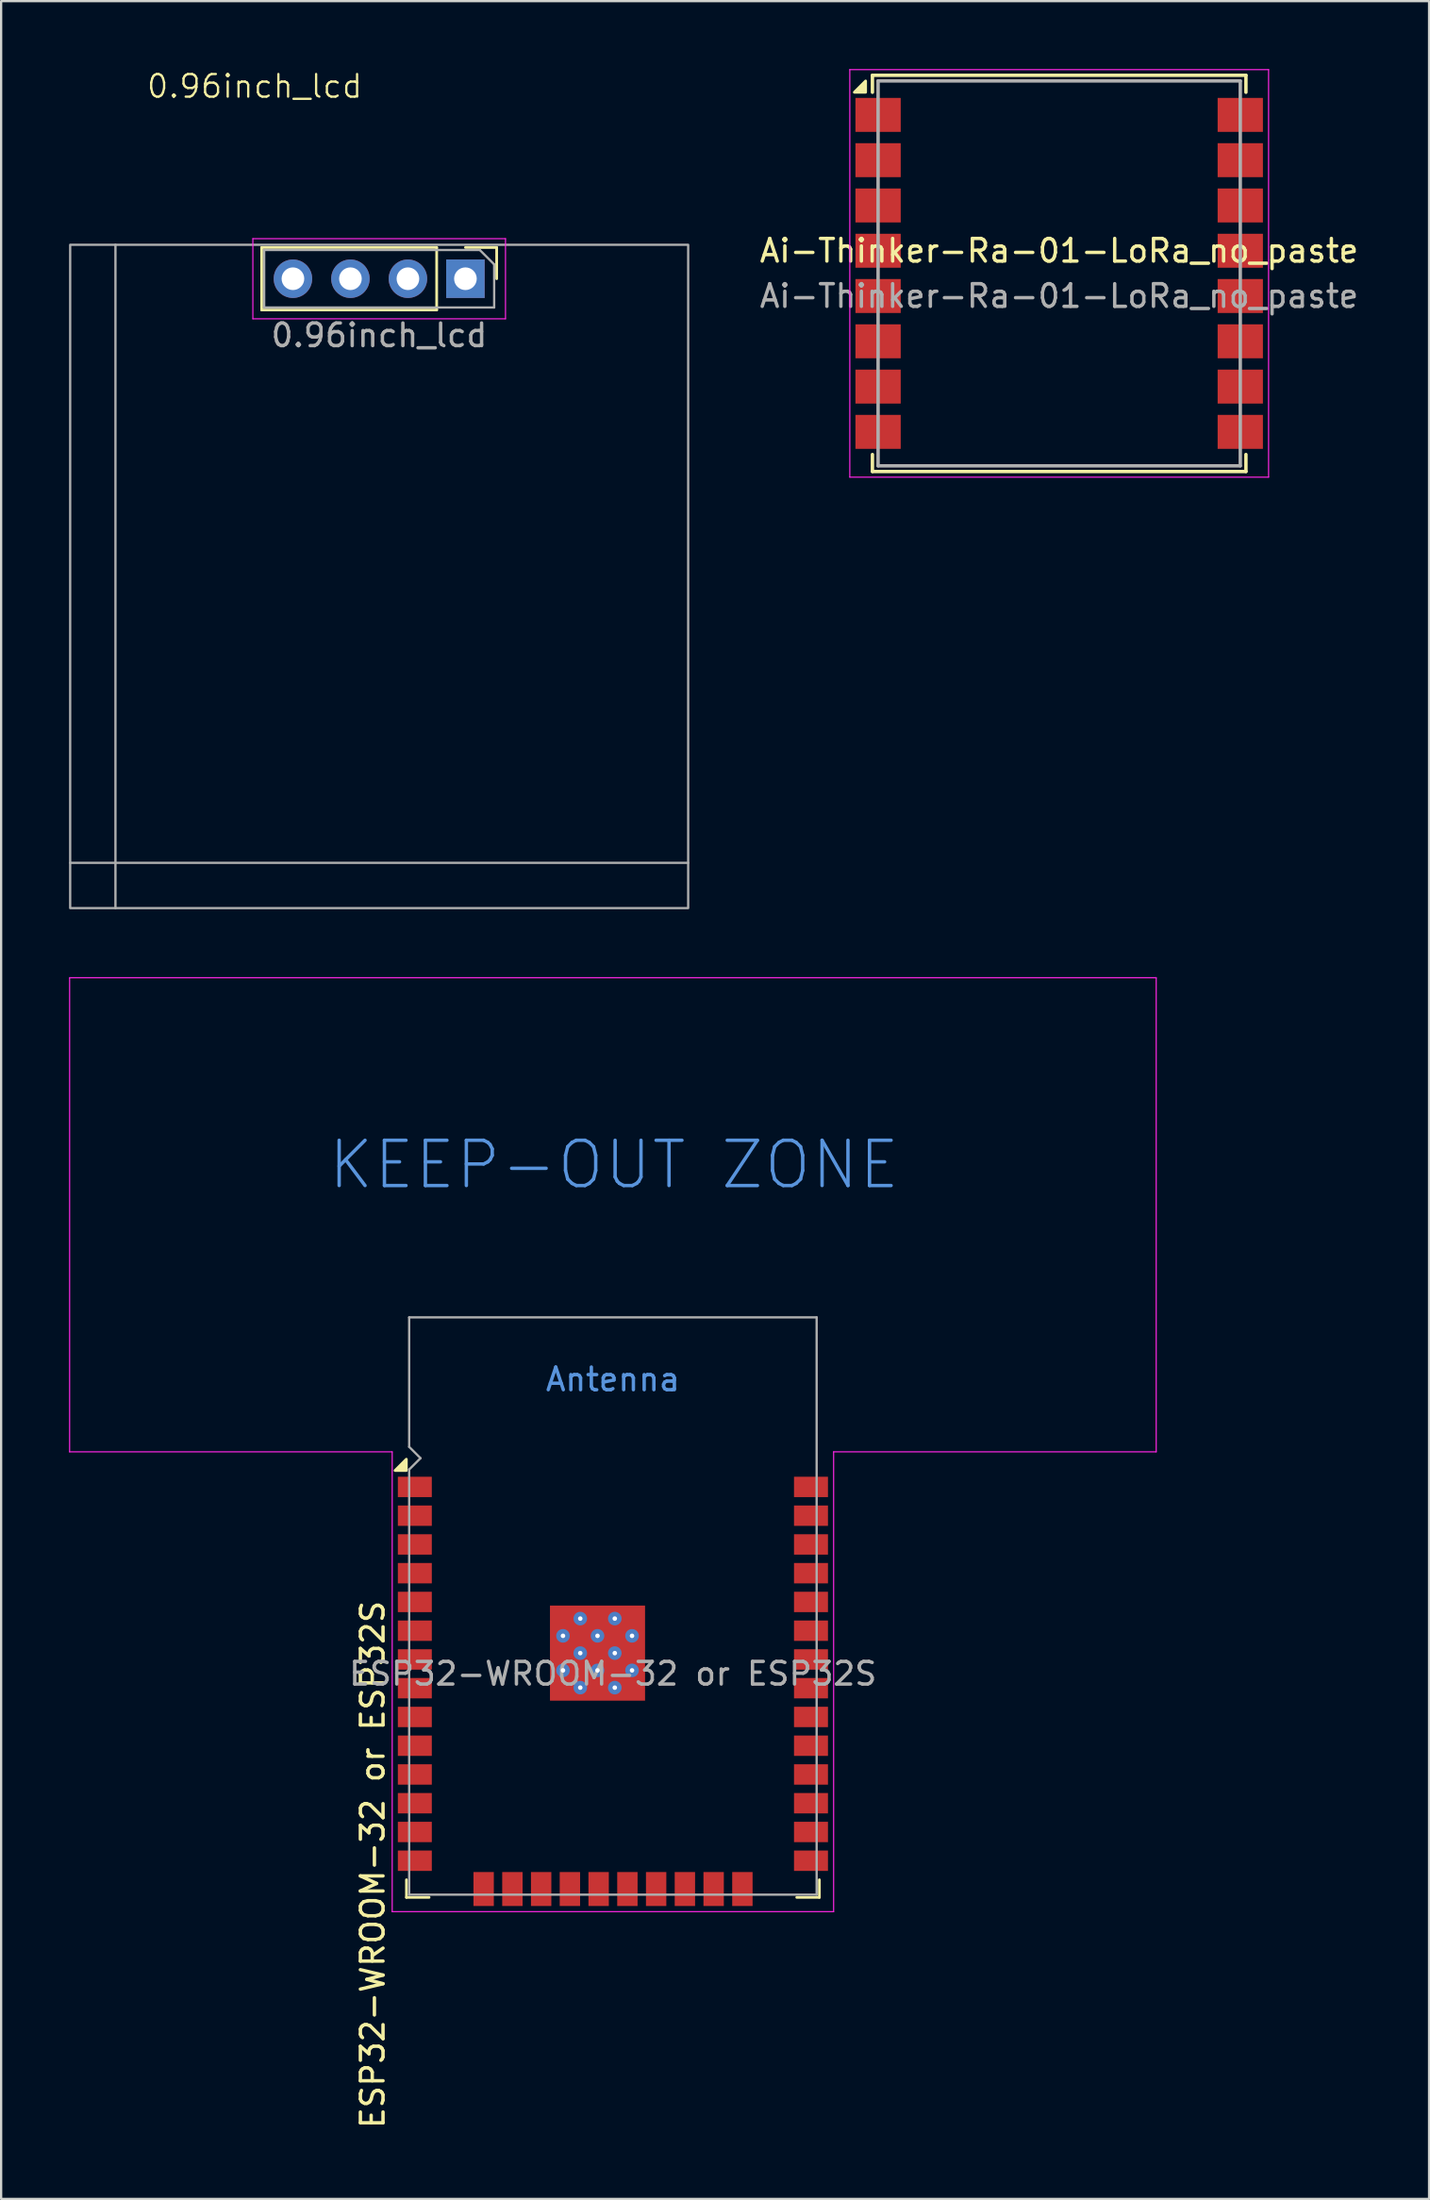
<source format=kicad_pcb>
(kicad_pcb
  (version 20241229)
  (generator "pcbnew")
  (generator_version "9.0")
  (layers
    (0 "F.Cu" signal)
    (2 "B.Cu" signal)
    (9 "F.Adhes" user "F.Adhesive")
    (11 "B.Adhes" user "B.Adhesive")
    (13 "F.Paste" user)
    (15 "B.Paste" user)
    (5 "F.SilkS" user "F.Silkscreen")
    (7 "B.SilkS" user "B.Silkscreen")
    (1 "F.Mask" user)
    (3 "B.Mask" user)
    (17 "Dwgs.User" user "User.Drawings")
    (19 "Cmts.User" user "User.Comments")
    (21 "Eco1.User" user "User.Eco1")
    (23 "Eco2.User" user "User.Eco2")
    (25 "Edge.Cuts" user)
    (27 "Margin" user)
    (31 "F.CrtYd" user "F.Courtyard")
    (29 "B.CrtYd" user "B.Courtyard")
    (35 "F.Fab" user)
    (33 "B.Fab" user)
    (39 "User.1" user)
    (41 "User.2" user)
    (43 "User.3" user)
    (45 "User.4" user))
  (footprint "Ai-Thinker-Ra-01-LoRa_no_paste"
    (layer "F.Cu")
    (at 43.739 9.025)
    (property "Reference" "Ai-Thinker-Ra-01-LoRa_no_paste" (at 0 -1 0) (layer "F.SilkS") (effects (font (size 1 1) (thickness 0.15))))
    (attr smd)
    (fp_line (start -8.25 -8.75) (end 8.25 -8.75) (stroke (width 0.15) (type solid)) (layer "F.SilkS"))
    (fp_line (start -8.25 -8) (end -8.25 -8.75) (stroke (width 0.15) (type solid)) (layer "F.SilkS"))
    (fp_line (start -8.25 8) (end -8.25 8.75) (stroke (width 0.15) (type solid)) (layer "F.SilkS"))
    (fp_line (start -8.25 8.75) (end 8.25 8.75) (stroke (width 0.15) (type solid)) (layer "F.SilkS"))
    (fp_line (start 8.25 -8.75) (end 8.25 -8) (stroke (width 0.15) (type solid)) (layer "F.SilkS"))
    (fp_line (start 8.25 8.75) (end 8.25 8) (stroke (width 0.15) (type solid)) (layer "F.SilkS"))
    (fp_poly (pts (xy -8.55 -8) (xy -9.05 -8) (xy -8.55 -8.5) (xy -8.55 -8)) (stroke (width 0.12) (type solid)) (fill yes) (layer "F.SilkS"))
    (fp_line (start -9.25 -9) (end 9.25 -9) (stroke (width 0.05) (type solid)) (layer "F.CrtYd"))
    (fp_line (start -9.25 9) (end -9.25 -9) (stroke (width 0.05) (type solid)) (layer "F.CrtYd"))
    (fp_line (start 9.25 -9) (end 9.25 9) (stroke (width 0.05) (type solid)) (layer "F.CrtYd"))
    (fp_line (start 9.25 9) (end -9.25 9) (stroke (width 0.05) (type solid)) (layer "F.CrtYd"))
    (fp_line (start -8 -8.5) (end 8 -8.5) (stroke (width 0.15) (type solid)) (layer "F.Fab"))
    (fp_line (start -8 8.5) (end -8 -8.5) (stroke (width 0.15) (type solid)) (layer "F.Fab"))
    (fp_line (start 8 -8.5) (end 8 8.5) (stroke (width 0.15) (type solid)) (layer "F.Fab"))
    (fp_line (start 8 8.5) (end -8 8.5) (stroke (width 0.15) (type solid)) (layer "F.Fab"))
    (fp_text user "${REFERENCE}" (at 0 1 0) (layer "F.Fab") (effects (font (size 1 1) (thickness 0.15))))
    (pad "1" smd rect (at -8 -7) (size 2 1.5) (layers "F.Cu" "F.Mask"))
    (pad "2" smd rect (at -8 -5) (size 2 1.5) (layers "F.Cu" "F.Mask"))
    (pad "3" smd rect (at -8 -3) (size 2 1.5) (layers "F.Cu" "F.Mask"))
    (pad "4" smd rect (at -8 -1) (size 2 1.5) (layers "F.Cu" "F.Mask"))
    (pad "5" smd rect (at -8 1) (size 2 1.5) (layers "F.Cu" "F.Mask"))
    (pad "6" smd rect (at -8 3) (size 2 1.5) (layers "F.Cu" "F.Mask"))
    (pad "7" smd rect (at -8 5) (size 2 1.5) (layers "F.Cu" "F.Mask"))
    (pad "8" smd rect (at -8 7) (size 2 1.5) (layers "F.Cu" "F.Mask"))
    (pad "9" smd rect (at 8 7) (size 2 1.5) (layers "F.Cu" "F.Mask"))
    (pad "10" smd rect (at 8 5) (size 2 1.5) (layers "F.Cu" "F.Mask"))
    (pad "11" smd rect (at 8 3) (size 2 1.5) (layers "F.Cu" "F.Mask"))
    (pad "12" smd rect (at 8 1) (size 2 1.5) (layers "F.Cu" "F.Mask"))
    (pad "13" smd rect (at 8 -1) (size 2 1.5) (layers "F.Cu" "F.Mask"))
    (pad "14" smd rect (at 8 -3) (size 2 1.5) (layers "F.Cu" "F.Mask"))
    (pad "15" smd rect (at 8 -5) (size 2 1.5) (layers "F.Cu" "F.Mask"))
    (pad "16" smd rect (at 8 -7) (size 2 1.5) (layers "F.Cu" "F.Mask")))
  (footprint "0.96inch_lcd"
    (layer "F.Cu")
    (at 13.7 9.261)
    (property "Reference" "0.96inch_lcd" (at -5.5 -8.5 0) (unlocked yes) (layer "F.SilkS") (effects (font (size 1 1) (thickness 0.1))))
    (attr smd)
    (fp_line (start -5.19 -1.38) (end -5.19 1.38) (stroke (width 0.12) (type solid)) (layer "F.SilkS"))
    (fp_line (start 2.54 -1.38) (end -5.19 -1.38) (stroke (width 0.12) (type solid)) (layer "F.SilkS"))
    (fp_line (start 2.54 -1.38) (end 2.54 1.38) (stroke (width 0.12) (type solid)) (layer "F.SilkS"))
    (fp_line (start 2.54 1.38) (end -5.19 1.38) (stroke (width 0.12) (type solid)) (layer "F.SilkS"))
    (fp_line (start 3.81 -1.38) (end 5.19 -1.38) (stroke (width 0.12) (type solid)) (layer "F.SilkS"))
    (fp_line (start 5.19 -1.38) (end 5.19 0) (stroke (width 0.12) (type solid)) (layer "F.SilkS"))
    (fp_line (start -5.58 -1.77) (end -5.58 1.77) (stroke (width 0.05) (type solid)) (layer "F.CrtYd"))
    (fp_line (start -5.58 1.77) (end 5.58 1.77) (stroke (width 0.05) (type solid)) (layer "F.CrtYd"))
    (fp_line (start 5.58 -1.77) (end -5.58 -1.77) (stroke (width 0.05) (type solid)) (layer "F.CrtYd"))
    (fp_line (start 5.58 1.77) (end 5.58 -1.77) (stroke (width 0.05) (type solid)) (layer "F.CrtYd"))
    (fp_line (start -13.65 25.8) (end 13.65 25.8) (stroke (width 0.1) (type default)) (layer "F.Fab"))
    (fp_line (start -11.65 27.8) (end -11.65 -1.5) (stroke (width 0.1) (type default)) (layer "F.Fab"))
    (fp_line (start -5.08 -1.27) (end 4.445 -1.27) (stroke (width 0.1) (type solid)) (layer "F.Fab"))
    (fp_line (start -5.08 1.27) (end -5.08 -1.27) (stroke (width 0.1) (type solid)) (layer "F.Fab"))
    (fp_line (start 4.445 -1.27) (end 5.08 -0.635) (stroke (width 0.1) (type solid)) (layer "F.Fab"))
    (fp_line (start 5.08 -0.635) (end 5.08 1.27) (stroke (width 0.1) (type solid)) (layer "F.Fab"))
    (fp_line (start 5.08 1.27) (end -5.08 1.27) (stroke (width 0.1) (type solid)) (layer "F.Fab"))
    (fp_rect (start -13.65 -1.5) (end 13.65 27.8) (stroke (width 0.1) (type solid)) (fill no) (layer "F.Fab"))
    (fp_text user "${REFERENCE}" (at 0 2.5 0) (unlocked yes) (layer "F.Fab") (effects (font (size 1 1) (thickness 0.15))))
    (pad "1" thru_hole rect (at 3.81 0 270) (size 1.7 1.7) (drill 1) (layers "*.Cu" "*.Mask"))
    (pad "2" thru_hole circle (at 1.27 0 270) (size 1.7 1.7) (drill 1) (layers "*.Cu" "*.Mask"))
    (pad "3" thru_hole circle (at -1.27 0 270) (size 1.7 1.7) (drill 1) (layers "*.Cu" "*.Mask"))
    (pad "4" thru_hole circle (at -3.81 0 270) (size 1.7 1.7) (drill 1) (layers "*.Cu" "*.Mask")))
  (footprint "ESP32-WROOM-32 or ESP32S"
    (layer "F.Cu")
    (at 24.025 70.876)
    (property "Reference" "ESP32-WROOM-32 or ESP32S" (at -10.61 8.43 90) (layer "F.SilkS") (effects (font (size 1 1) (thickness 0.15))))
    (attr smd)
    (fp_line (start -9.12 9.1) (end -9.12 9.88) (stroke (width 0.12) (type solid)) (layer "F.SilkS"))
    (fp_line (start -9.12 9.88) (end -8.12 9.88) (stroke (width 0.12) (type solid)) (layer "F.SilkS"))
    (fp_line (start 9.12 9.1) (end 9.12 9.88) (stroke (width 0.12) (type solid)) (layer "F.SilkS"))
    (fp_line (start 9.12 9.88) (end 8.12 9.88) (stroke (width 0.12) (type solid)) (layer "F.SilkS"))
    (fp_poly (pts (xy -9.125 -8.975) (xy -9.625 -8.975) (xy -9.125 -9.475) (xy -9.125 -8.975)) (stroke (width 0.12) (type solid)) (fill yes) (layer "F.SilkS"))
    (fp_line (start -24 -30.74) (end -24 -9.8) (stroke (width 0.05) (type solid)) (layer "F.CrtYd"))
    (fp_line (start -24 -9.8) (end -9.75 -9.8) (stroke (width 0.05) (type solid)) (layer "F.CrtYd"))
    (fp_line (start -9.75 10.51) (end -9.75 -9.8) (stroke (width 0.05) (type solid)) (layer "F.CrtYd"))
    (fp_line (start -9.75 10.51) (end 9.75 10.51) (stroke (width 0.05) (type solid)) (layer "F.CrtYd"))
    (fp_line (start 9.75 -9.8) (end 9.75 10.51) (stroke (width 0.05) (type solid)) (layer "F.CrtYd"))
    (fp_line (start 9.75 -9.8) (end 24 -9.8) (stroke (width 0.05) (type solid)) (layer "F.CrtYd"))
    (fp_line (start 24 -30.74) (end -24 -30.74) (stroke (width 0.05) (type solid)) (layer "F.CrtYd"))
    (fp_line (start 24 -9.8) (end 24 -30.74) (stroke (width 0.05) (type solid)) (layer "F.CrtYd"))
    (fp_line (start -9 -15.74) (end -9 -10.02) (stroke (width 0.1) (type solid)) (layer "F.Fab"))
    (fp_line (start -9 -15.74) (end 9 -15.74) (stroke (width 0.1) (type solid)) (layer "F.Fab"))
    (fp_line (start -9 -9.02) (end -9 9.76) (stroke (width 0.1) (type solid)) (layer "F.Fab"))
    (fp_line (start -9 -9.02) (end -8.5 -9.52) (stroke (width 0.1) (type solid)) (layer "F.Fab"))
    (fp_line (start -9 9.76) (end 9 9.76) (stroke (width 0.1) (type solid)) (layer "F.Fab"))
    (fp_line (start -8.5 -9.52) (end -9 -10.02) (stroke (width 0.1) (type solid)) (layer "F.Fab"))
    (fp_line (start 9 9.76) (end 9 -15.74) (stroke (width 0.1) (type solid)) (layer "F.Fab"))
    (fp_text user "KEEP-OUT ZONE" (at 0.05 -22.48 0) (layer "Cmts.User") (effects (font (size 2 2) (thickness 0.15))))
    (fp_text user "Antenna" (at 0 -13 0) (layer "Cmts.User") (effects (font (size 1 1) (thickness 0.15))))
    (fp_text user "${REFERENCE}" (at 0 0 0) (layer "F.Fab") (effects (font (size 1 1) (thickness 0.15))))
    (pad "1" smd rect (at -8.75 -8.25) (size 1.5 0.9) (layers "F.Cu" "F.Mask" "F.Paste"))
    (pad "2" smd rect (at -8.75 -6.98) (size 1.5 0.9) (layers "F.Cu" "F.Mask" "F.Paste"))
    (pad "3" smd rect (at -8.75 -5.71) (size 1.5 0.9) (layers "F.Cu" "F.Mask" "F.Paste"))
    (pad "4" smd rect (at -8.75 -4.44) (size 1.5 0.9) (layers "F.Cu" "F.Mask" "F.Paste"))
    (pad "5" smd rect (at -8.75 -3.17) (size 1.5 0.9) (layers "F.Cu" "F.Mask" "F.Paste"))
    (pad "6" smd rect (at -8.75 -1.9) (size 1.5 0.9) (layers "F.Cu" "F.Mask" "F.Paste"))
    (pad "7" smd rect (at -8.75 -0.63) (size 1.5 0.9) (layers "F.Cu" "F.Mask" "F.Paste"))
    (pad "8" smd rect (at -8.75 0.64) (size 1.5 0.9) (layers "F.Cu" "F.Mask" "F.Paste"))
    (pad "9" smd rect (at -8.75 1.91) (size 1.5 0.9) (layers "F.Cu" "F.Mask" "F.Paste"))
    (pad "10" smd rect (at -8.75 3.18) (size 1.5 0.9) (layers "F.Cu" "F.Mask" "F.Paste"))
    (pad "11" smd rect (at -8.75 4.45) (size 1.5 0.9) (layers "F.Cu" "F.Mask" "F.Paste"))
    (pad "12" smd rect (at -8.75 5.72) (size 1.5 0.9) (layers "F.Cu" "F.Mask" "F.Paste"))
    (pad "13" smd rect (at -8.75 6.99) (size 1.5 0.9) (layers "F.Cu" "F.Mask" "F.Paste"))
    (pad "14" smd rect (at -8.75 8.26) (size 1.5 0.9) (layers "F.Cu" "F.Mask" "F.Paste"))
    (pad "15" smd rect (at -5.71 9.51 90) (size 1.5 0.9) (layers "F.Cu" "F.Mask" "F.Paste"))
    (pad "16" smd rect (at -4.44 9.51 90) (size 1.5 0.9) (layers "F.Cu" "F.Mask" "F.Paste"))
    (pad "17" smd rect (at -3.17 9.51 90) (size 1.5 0.9) (layers "F.Cu" "F.Mask" "F.Paste"))
    (pad "18" smd rect (at -1.9 9.51 90) (size 1.5 0.9) (layers "F.Cu" "F.Mask" "F.Paste"))
    (pad "19" smd rect (at -0.63 9.51 90) (size 1.5 0.9) (layers "F.Cu" "F.Mask" "F.Paste"))
    (pad "20" smd rect (at 0.64 9.51 90) (size 1.5 0.9) (layers "F.Cu" "F.Mask" "F.Paste"))
    (pad "21" smd rect (at 1.91 9.51 90) (size 1.5 0.9) (layers "F.Cu" "F.Mask" "F.Paste"))
    (pad "22" smd rect (at 3.18 9.51 90) (size 1.5 0.9) (layers "F.Cu" "F.Mask" "F.Paste"))
    (pad "23" smd rect (at 4.45 9.51 90) (size 1.5 0.9) (layers "F.Cu" "F.Mask" "F.Paste"))
    (pad "24" smd rect (at 5.72 9.51 90) (size 1.5 0.9) (layers "F.Cu" "F.Mask" "F.Paste"))
    (pad "25" smd rect (at 8.75 8.26) (size 1.5 0.9) (layers "F.Cu" "F.Mask" "F.Paste"))
    (pad "26" smd rect (at 8.75 6.99) (size 1.5 0.9) (layers "F.Cu" "F.Mask" "F.Paste"))
    (pad "27" smd rect (at 8.75 5.72) (size 1.5 0.9) (layers "F.Cu" "F.Mask" "F.Paste"))
    (pad "28" smd rect (at 8.75 4.45) (size 1.5 0.9) (layers "F.Cu" "F.Mask" "F.Paste"))
    (pad "29" smd rect (at 8.75 3.18) (size 1.5 0.9) (layers "F.Cu" "F.Mask" "F.Paste"))
    (pad "30" smd rect (at 8.75 1.91) (size 1.5 0.9) (layers "F.Cu" "F.Mask" "F.Paste"))
    (pad "31" smd rect (at 8.75 0.64) (size 1.5 0.9) (layers "F.Cu" "F.Mask" "F.Paste"))
    (pad "32" smd rect (at 8.75 -0.63) (size 1.5 0.9) (layers "F.Cu" "F.Mask" "F.Paste"))
    (pad "33" smd rect (at 8.75 -1.9) (size 1.5 0.9) (layers "F.Cu" "F.Mask" "F.Paste"))
    (pad "34" smd rect (at 8.75 -3.17) (size 1.5 0.9) (layers "F.Cu" "F.Mask" "F.Paste"))
    (pad "35" smd rect (at 8.75 -4.44) (size 1.5 0.9) (layers "F.Cu" "F.Mask" "F.Paste"))
    (pad "36" smd rect (at 8.75 -5.71) (size 1.5 0.9) (layers "F.Cu" "F.Mask" "F.Paste"))
    (pad "37" smd rect (at 8.75 -6.98) (size 1.5 0.9) (layers "F.Cu" "F.Mask" "F.Paste"))
    (pad "38" smd rect (at 8.75 -8.25) (size 1.5 0.9) (layers "F.Cu" "F.Mask" "F.Paste"))
    (pad "39" smd rect (at -2.205 -2.435) (size 1.05 1.05) (layers "F.Cu" "F.Paste"))
    (pad "39" thru_hole circle (at -2.205 -1.673) (size 0.6 0.6) (drill 0.2) (property pad_prop_heatsink) (layers "*.Cu" "F.Mask"))
    (pad "39" smd rect (at -2.205 -0.91) (size 1.05 1.05) (layers "F.Cu" "F.Paste"))
    (pad "39" thru_hole circle (at -2.205 -0.147) (size 0.6 0.6) (drill 0.2) (property pad_prop_heatsink) (layers "*.Cu" "F.Mask"))
    (pad "39" smd rect (at -2.205 0.615) (size 1.05 1.05) (layers "F.Cu" "F.Paste"))
    (pad "39" thru_hole circle (at -1.442 -2.435) (size 0.6 0.6) (drill 0.2) (property pad_prop_heatsink) (layers "*.Cu" "F.Mask"))
    (pad "39" thru_hole circle (at -1.442 -0.91) (size 0.6 0.6) (drill 0.2) (property pad_prop_heatsink) (layers "*.Cu" "F.Mask"))
    (pad "39" thru_hole circle (at -1.442 0.615) (size 0.6 0.6) (drill 0.2) (property pad_prop_heatsink) (layers "*.Cu" "F.Mask"))
    (pad "39" smd rect (at -0.68 -2.435) (size 1.05 1.05) (layers "F.Cu" "F.Paste"))
    (pad "39" thru_hole circle (at -0.68 -1.673) (size 0.6 0.6) (drill 0.2) (property pad_prop_heatsink) (layers "*.Cu" "F.Mask"))
    (pad "39" smd rect (at -0.68 -0.91) (size 1.05 1.05) (layers "F.Cu" "F.Paste"))
    (pad "39" smd rect (at -0.68 -0.91) (size 4.2 4.2) (property pad_prop_heatsink) (layers "F.Cu" "F.Mask"))
    (pad "39" thru_hole circle (at -0.68 -0.147) (size 0.6 0.6) (drill 0.2) (property pad_prop_heatsink) (layers "*.Cu" "F.Mask"))
    (pad "39" smd rect (at -0.68 0.615) (size 1.05 1.05) (layers "F.Cu" "F.Paste"))
    (pad "39" thru_hole circle (at 0.083 -2.435) (size 0.6 0.6) (drill 0.2) (property pad_prop_heatsink) (layers "*.Cu" "F.Mask"))
    (pad "39" thru_hole circle (at 0.083 -0.91) (size 0.6 0.6) (drill 0.2) (property pad_prop_heatsink) (layers "*.Cu" "F.Mask"))
    (pad "39" thru_hole circle (at 0.083 0.615) (size 0.6 0.6) (drill 0.2) (property pad_prop_heatsink) (layers "*.Cu" "F.Mask"))
    (pad "39" smd rect (at 0.845 -2.435) (size 1.05 1.05) (layers "F.Cu" "F.Paste"))
    (pad "39" thru_hole circle (at 0.845 -1.673) (size 0.6 0.6) (drill 0.2) (property pad_prop_heatsink) (layers "*.Cu" "F.Mask"))
    (pad "39" smd rect (at 0.845 -0.91) (size 1.05 1.05) (layers "F.Cu" "F.Paste"))
    (pad "39" thru_hole circle (at 0.845 -0.147) (size 0.6 0.6) (drill 0.2) (property pad_prop_heatsink) (layers "*.Cu" "F.Mask"))
    (pad "39" smd rect (at 0.845 0.615) (size 1.05 1.05) (layers "F.Cu" "F.Paste"))
    (zone (net_name "") (layers "F.Cu" "B.Cu") (hatch full 0.508) (connect_pads) (min_thickness 0.254) (filled_areas_thickness no) (keepout (tracks not_allowed) (vias not_allowed) (pads not_allowed) (copperpour not_allowed) (footprints not_allowed)) (placement (enabled no)) (fill) (polygon (pts (xy 0.025 61.075) (xy 48.025 61.075) (xy 48.025 40.136) (xy 0.025 40.136)))))
  (gr_rect
    (start -3 -3)
    (end 60.079 94.073)
    (stroke (width 0.1) (type default))
    (fill no)
    (layer "Edge.Cuts")))
</source>
